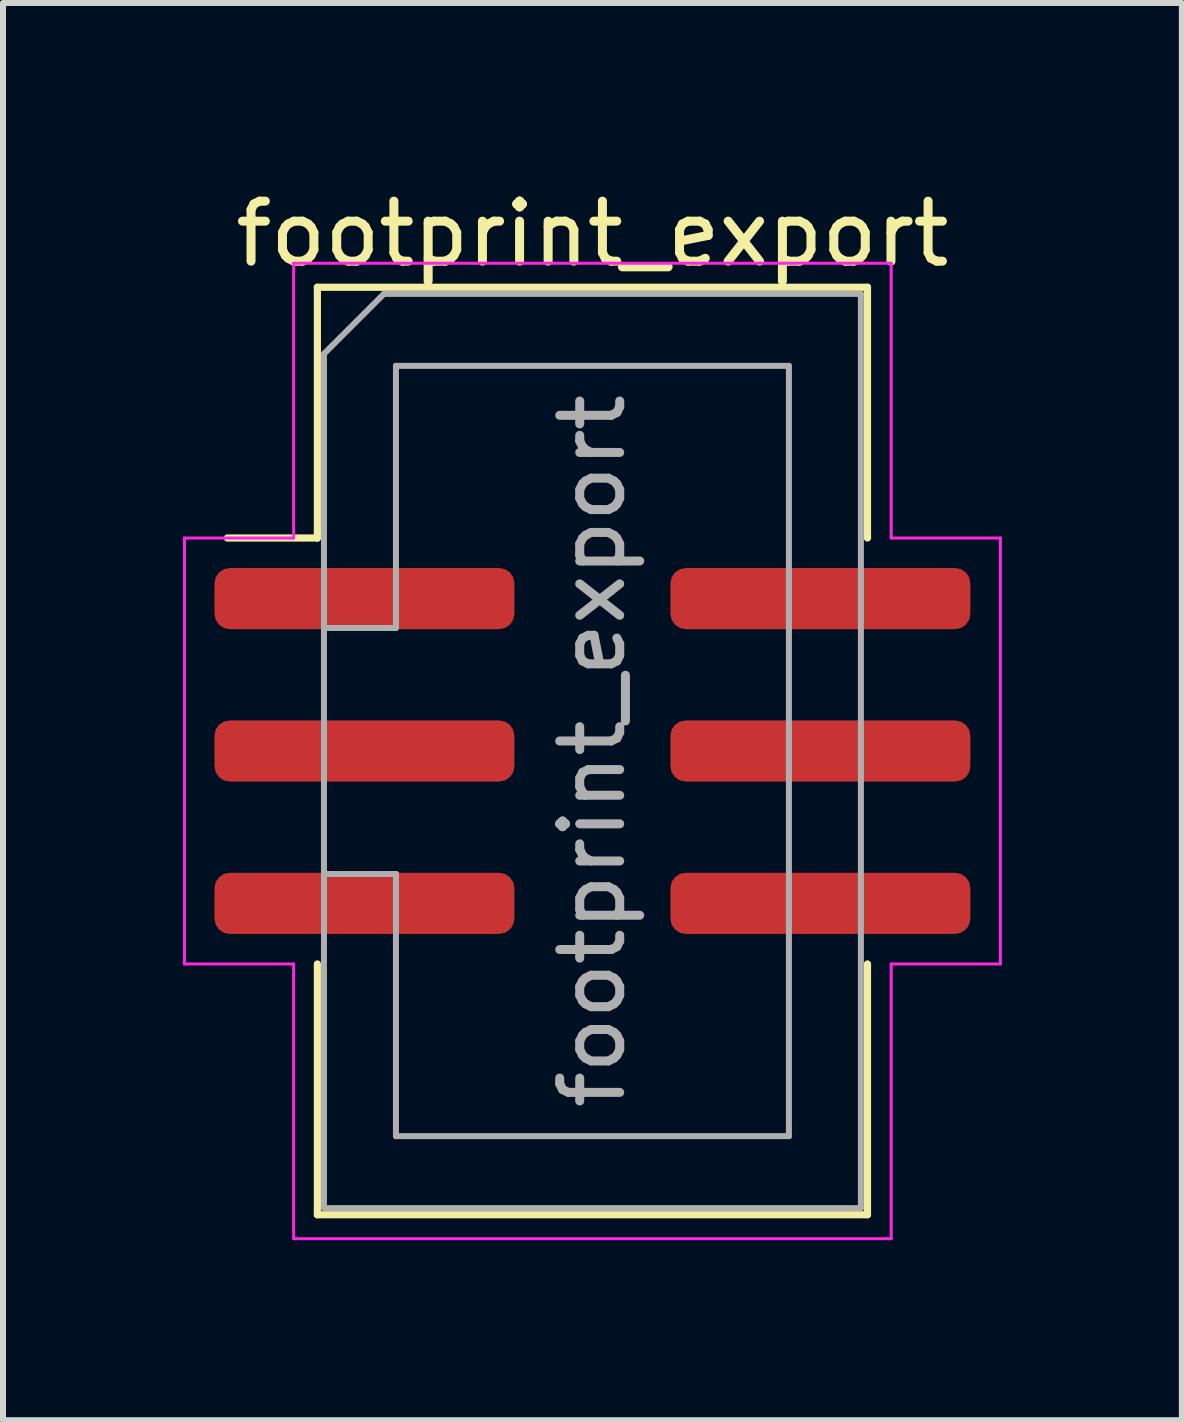
<source format=kicad_pcb>
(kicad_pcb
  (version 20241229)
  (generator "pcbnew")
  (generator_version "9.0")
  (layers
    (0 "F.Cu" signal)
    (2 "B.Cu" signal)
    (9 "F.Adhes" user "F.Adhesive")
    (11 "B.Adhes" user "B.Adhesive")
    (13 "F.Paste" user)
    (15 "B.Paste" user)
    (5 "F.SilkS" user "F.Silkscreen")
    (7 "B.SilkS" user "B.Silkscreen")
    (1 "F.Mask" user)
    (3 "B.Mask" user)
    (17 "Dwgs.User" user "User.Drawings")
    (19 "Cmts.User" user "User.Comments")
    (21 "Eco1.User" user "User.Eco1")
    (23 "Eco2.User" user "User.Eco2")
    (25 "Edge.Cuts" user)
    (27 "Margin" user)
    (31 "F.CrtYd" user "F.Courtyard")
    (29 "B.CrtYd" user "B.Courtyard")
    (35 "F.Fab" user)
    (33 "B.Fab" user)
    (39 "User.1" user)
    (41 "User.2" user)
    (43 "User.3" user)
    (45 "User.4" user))
  (footprint "footprint_export"
    (layer "F.Cu")
    (at 6.825 9.468)
    (property "Reference" "footprint_export" (at 0 -8.62 0) (layer "F.SilkS") (effects (font (size 1 1) (thickness 0.15))))
    (attr smd)
    (fp_line (start -4.585 -7.73) (end 4.585 -7.73) (stroke (width 0.12) (type solid)) (layer "F.SilkS"))
    (fp_line (start -4.585 -3.55) (end -6.085 -3.55) (stroke (width 0.12) (type solid)) (layer "F.SilkS"))
    (fp_line (start -4.585 -3.55) (end -4.585 -7.73) (stroke (width 0.12) (type solid)) (layer "F.SilkS"))
    (fp_line (start -4.585 3.55) (end -4.585 7.73) (stroke (width 0.12) (type solid)) (layer "F.SilkS"))
    (fp_line (start -4.585 7.73) (end 4.585 7.73) (stroke (width 0.12) (type solid)) (layer "F.SilkS"))
    (fp_line (start 4.585 -7.73) (end 4.585 -3.55) (stroke (width 0.12) (type solid)) (layer "F.SilkS"))
    (fp_line (start 4.585 7.73) (end 4.585 3.55) (stroke (width 0.12) (type solid)) (layer "F.SilkS"))
    (fp_line (start -6.8 -3.55) (end -6.8 3.55) (stroke (width 0.05) (type solid)) (layer "F.CrtYd"))
    (fp_line (start -6.8 3.55) (end -4.98 3.55) (stroke (width 0.05) (type solid)) (layer "F.CrtYd"))
    (fp_line (start -4.98 -8.13) (end -4.98 -3.55) (stroke (width 0.05) (type solid)) (layer "F.CrtYd"))
    (fp_line (start -4.98 -3.55) (end -6.8 -3.55) (stroke (width 0.05) (type solid)) (layer "F.CrtYd"))
    (fp_line (start -4.98 3.55) (end -4.98 8.13) (stroke (width 0.05) (type solid)) (layer "F.CrtYd"))
    (fp_line (start -4.98 8.13) (end 4.98 8.13) (stroke (width 0.05) (type solid)) (layer "F.CrtYd"))
    (fp_line (start 4.98 -8.13) (end -4.98 -8.13) (stroke (width 0.05) (type solid)) (layer "F.CrtYd"))
    (fp_line (start 4.98 -3.55) (end 4.98 -8.13) (stroke (width 0.05) (type solid)) (layer "F.CrtYd"))
    (fp_line (start 4.98 3.55) (end 6.8 3.55) (stroke (width 0.05) (type solid)) (layer "F.CrtYd"))
    (fp_line (start 4.98 8.13) (end 4.98 3.55) (stroke (width 0.05) (type solid)) (layer "F.CrtYd"))
    (fp_line (start 6.8 -3.55) (end 4.98 -3.55) (stroke (width 0.05) (type solid)) (layer "F.CrtYd"))
    (fp_line (start 6.8 3.55) (end 6.8 -3.55) (stroke (width 0.05) (type solid)) (layer "F.CrtYd"))
    (fp_line (start -4.475 -6.62) (end -3.475 -7.62) (stroke (width 0.1) (type solid)) (layer "F.Fab"))
    (fp_line (start -4.475 -2.05) (end -3.275 -2.05) (stroke (width 0.1) (type solid)) (layer "F.Fab"))
    (fp_line (start -4.475 7.62) (end -4.475 -6.62) (stroke (width 0.1) (type solid)) (layer "F.Fab"))
    (fp_line (start -3.475 -7.62) (end 4.475 -7.62) (stroke (width 0.1) (type solid)) (layer "F.Fab"))
    (fp_line (start -3.275 -6.42) (end 3.275 -6.42) (stroke (width 0.1) (type solid)) (layer "F.Fab"))
    (fp_line (start -3.275 -2.05) (end -3.275 -6.42) (stroke (width 0.1) (type solid)) (layer "F.Fab"))
    (fp_line (start -3.275 2.05) (end -4.475 2.05) (stroke (width 0.1) (type solid)) (layer "F.Fab"))
    (fp_line (start -3.275 2.05) (end -3.275 2.05) (stroke (width 0.1) (type solid)) (layer "F.Fab"))
    (fp_line (start -3.275 6.42) (end -3.275 2.05) (stroke (width 0.1) (type solid)) (layer "F.Fab"))
    (fp_line (start 3.275 -6.42) (end 3.275 6.42) (stroke (width 0.1) (type solid)) (layer "F.Fab"))
    (fp_line (start 3.275 6.42) (end -3.275 6.42) (stroke (width 0.1) (type solid)) (layer "F.Fab"))
    (fp_line (start 4.475 -7.62) (end 4.475 7.62) (stroke (width 0.1) (type solid)) (layer "F.Fab"))
    (fp_line (start 4.475 7.62) (end -4.475 7.62) (stroke (width 0.1) (type solid)) (layer "F.Fab"))
    (fp_text user "${REFERENCE}" (at 0 0 90) (layer "F.Fab") (effects (font (size 1 1) (thickness 0.15))))
    (pad "1" smd roundrect (at -3.8 -2.54) (size 5 1.02) (layers "F.Cu" "F.Mask" "F.Paste") (roundrect_rratio 0.25))
    (pad "2" smd roundrect (at 3.8 -2.54) (size 5 1.02) (layers "F.Cu" "F.Mask" "F.Paste") (roundrect_rratio 0.25))
    (pad "3" smd roundrect (at -3.8 0) (size 5 1.02) (layers "F.Cu" "F.Mask" "F.Paste") (roundrect_rratio 0.25))
    (pad "4" smd roundrect (at 3.8 0) (size 5 1.02) (layers "F.Cu" "F.Mask" "F.Paste") (roundrect_rratio 0.25))
    (pad "5" smd roundrect (at -3.8 2.54) (size 5 1.02) (layers "F.Cu" "F.Mask" "F.Paste") (roundrect_rratio 0.25))
    (pad "6" smd roundrect (at 3.8 2.54) (size 5 1.02) (layers "F.Cu" "F.Mask" "F.Paste") (roundrect_rratio 0.25)))
  (gr_rect
    (start -3 -3)
    (end 16.65 20.623)
    (stroke (width 0.1) (type default))
    (fill no)
    (layer "Edge.Cuts")))
</source>
